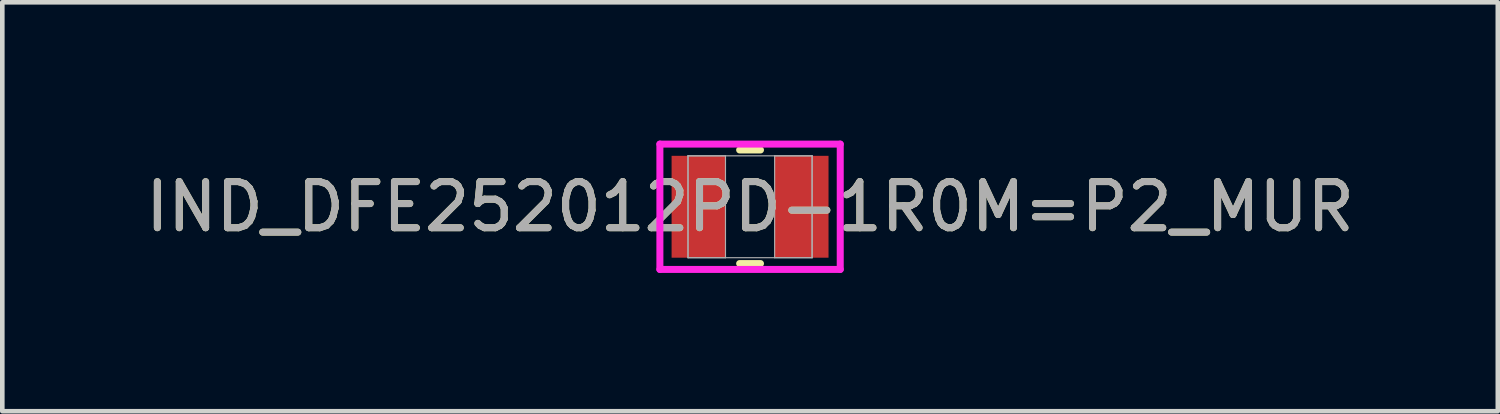
<source format=kicad_pcb>
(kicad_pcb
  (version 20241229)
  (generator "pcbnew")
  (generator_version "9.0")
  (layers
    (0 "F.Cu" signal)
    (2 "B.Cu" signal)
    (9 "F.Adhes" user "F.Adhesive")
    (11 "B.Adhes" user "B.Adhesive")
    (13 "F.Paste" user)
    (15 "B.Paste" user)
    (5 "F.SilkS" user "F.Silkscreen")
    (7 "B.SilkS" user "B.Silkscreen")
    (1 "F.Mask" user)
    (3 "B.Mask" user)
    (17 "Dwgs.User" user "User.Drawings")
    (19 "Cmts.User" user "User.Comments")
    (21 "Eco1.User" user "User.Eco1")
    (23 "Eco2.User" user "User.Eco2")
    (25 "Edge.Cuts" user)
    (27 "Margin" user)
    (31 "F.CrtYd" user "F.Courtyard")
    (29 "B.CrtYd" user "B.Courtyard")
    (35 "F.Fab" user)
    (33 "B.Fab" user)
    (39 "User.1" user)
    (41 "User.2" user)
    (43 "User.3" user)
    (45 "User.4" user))
  (footprint "IND_DFE252012PD-1R0M=P2_MUR"
    (layer "F.Cu")
    (at 13.22 1.435)
    (property "Reference" "IND_DFE252012PD-1R0M=P2_MUR" (at 0 0 0) (unlocked yes) (layer "F.SilkS") (effects (font (size 1 1) (thickness 0.15))))
    (attr smd)
    (fp_line (start -0.226 1.232) (end 0.226 1.232) (stroke (width 0.152) (type solid)) (layer "F.SilkS"))
    (fp_line (start 0.226 -1.232) (end -0.226 -1.232) (stroke (width 0.152) (type solid)) (layer "F.SilkS"))
    (fp_line (start -1.956 -1.359) (end 1.956 -1.359) (stroke (width 0.152) (type solid)) (layer "F.CrtYd"))
    (fp_line (start -1.956 1.359) (end -1.956 -1.359) (stroke (width 0.152) (type solid)) (layer "F.CrtYd"))
    (fp_line (start 1.956 -1.359) (end 1.956 1.359) (stroke (width 0.152) (type solid)) (layer "F.CrtYd"))
    (fp_line (start 1.956 1.359) (end -1.956 1.359) (stroke (width 0.152) (type solid)) (layer "F.CrtYd"))
    (fp_line (start -1.346 -1.105) (end -1.346 1.105) (stroke (width 0.025) (type solid)) (layer "F.Fab"))
    (fp_line (start -1.346 -1.105) (end -1.346 1.105) (stroke (width 0.025) (type solid)) (layer "F.Fab"))
    (fp_line (start -1.346 1.105) (end -0.533 1.105) (stroke (width 0.025) (type solid)) (layer "F.Fab"))
    (fp_line (start -1.346 1.105) (end 1.346 1.105) (stroke (width 0.025) (type solid)) (layer "F.Fab"))
    (fp_line (start -0.533 -1.105) (end -1.346 -1.105) (stroke (width 0.025) (type solid)) (layer "F.Fab"))
    (fp_line (start -0.533 1.105) (end -0.533 -1.105) (stroke (width 0.025) (type solid)) (layer "F.Fab"))
    (fp_line (start 0.533 -1.105) (end 0.533 1.105) (stroke (width 0.025) (type solid)) (layer "F.Fab"))
    (fp_line (start 0.533 1.105) (end 1.346 1.105) (stroke (width 0.025) (type solid)) (layer "F.Fab"))
    (fp_line (start 1.346 -1.105) (end -1.346 -1.105) (stroke (width 0.025) (type solid)) (layer "F.Fab"))
    (fp_line (start 1.346 -1.105) (end 0.533 -1.105) (stroke (width 0.025) (type solid)) (layer "F.Fab"))
    (fp_line (start 1.346 1.105) (end 1.346 -1.105) (stroke (width 0.025) (type solid)) (layer "F.Fab"))
    (fp_line (start 1.346 1.105) (end 1.346 -1.105) (stroke (width 0.025) (type solid)) (layer "F.Fab"))
    (fp_circle (center -0.991 0) (end -0.991 0) (stroke (width 0.025) (type solid)) (fill no) (layer "F.Fab"))
    (fp_text user "${REFERENCE}" (at 0 0 0) (unlocked yes) (layer "F.Fab") (effects (font (size 1 1) (thickness 0.15))))
    (pad "1" smd rect (at -1.118 0) (size 1.168 2.21) (layers "F.Cu" "F.Mask" "F.Paste"))
    (pad "2" smd rect (at 1.118 0) (size 1.168 2.21) (layers "F.Cu" "F.Mask" "F.Paste"))
    (zone (net_name "") (layer "F.Cu") (hatch full 0.508) (connect_pads) (min_thickness 0.254) (filled_areas_thickness no) (keepout (tracks not_allowed) (vias not_allowed) (pads allowed) (copperpour not_allowed) (footprints allowed)) (placement (enabled no)) (fill) (polygon (pts (xy 12.738 0.381) (xy 13.703 0.381) (xy 13.703 2.489) (xy 12.738 2.489)))))
  (gr_rect
    (start -3 -3)
    (end 29.44 5.87)
    (stroke (width 0.1) (type default))
    (fill no)
    (layer "Edge.Cuts")))
</source>
